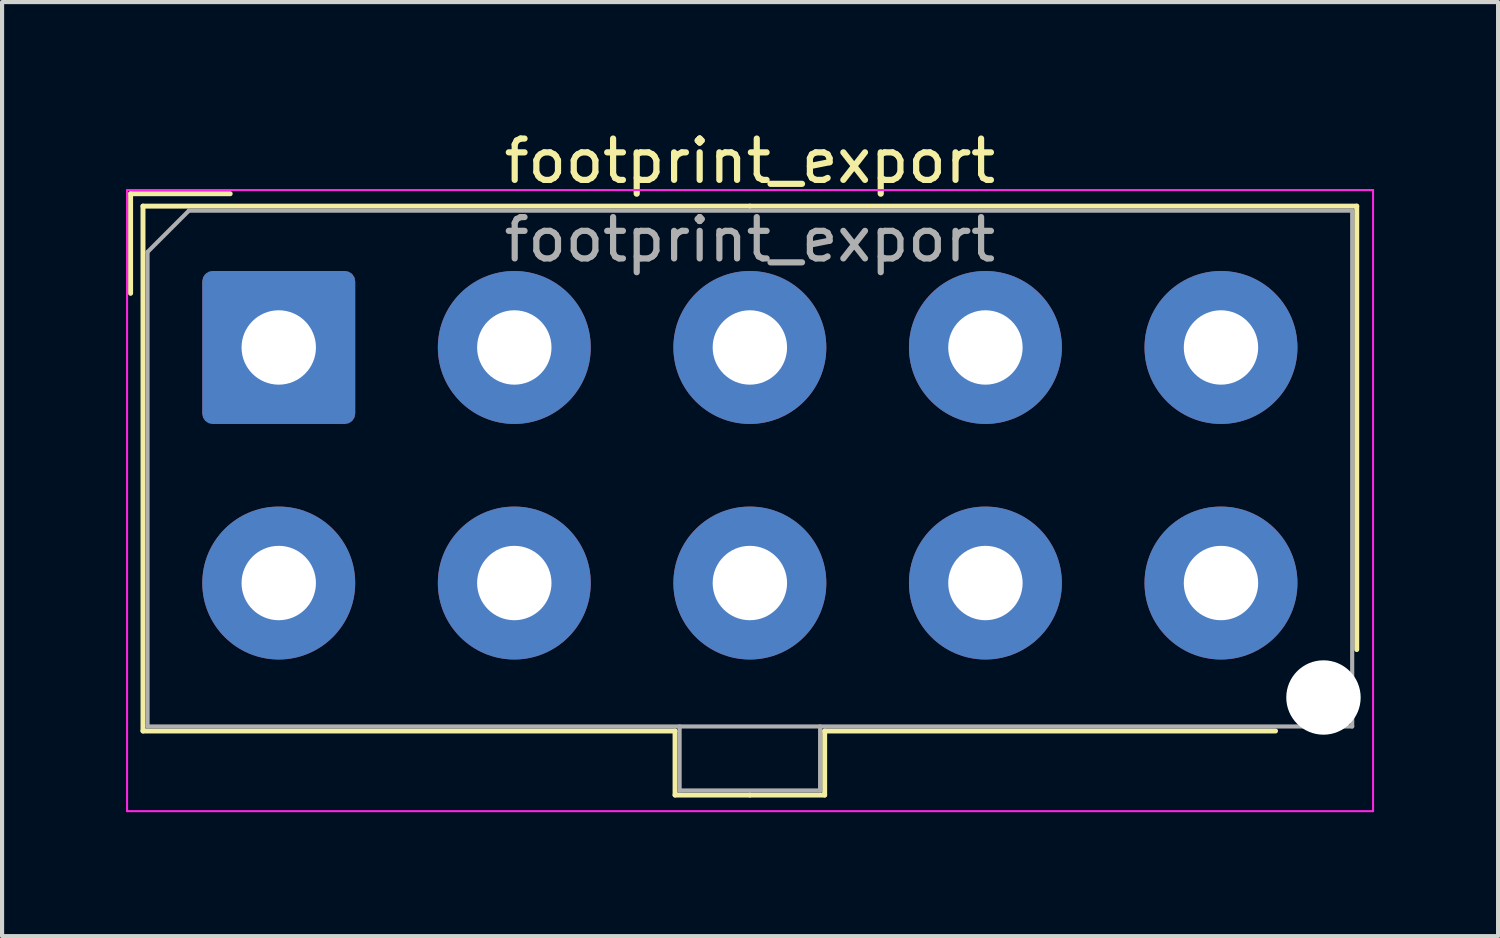
<source format=kicad_pcb>
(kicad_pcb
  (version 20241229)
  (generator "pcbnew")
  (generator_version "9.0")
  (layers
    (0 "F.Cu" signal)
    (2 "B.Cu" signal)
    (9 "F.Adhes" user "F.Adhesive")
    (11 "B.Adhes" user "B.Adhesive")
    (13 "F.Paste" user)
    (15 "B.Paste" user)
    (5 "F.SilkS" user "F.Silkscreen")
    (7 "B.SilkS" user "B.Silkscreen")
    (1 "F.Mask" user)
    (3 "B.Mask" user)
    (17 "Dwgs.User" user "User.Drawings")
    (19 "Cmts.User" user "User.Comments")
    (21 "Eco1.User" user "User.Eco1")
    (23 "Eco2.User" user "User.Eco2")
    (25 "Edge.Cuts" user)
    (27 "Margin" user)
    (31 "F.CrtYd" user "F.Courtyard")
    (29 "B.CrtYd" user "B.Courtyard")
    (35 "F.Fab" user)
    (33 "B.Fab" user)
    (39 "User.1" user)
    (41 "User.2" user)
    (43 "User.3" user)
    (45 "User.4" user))
  (footprint "footprint_export"
    (layer "F.Cu")
    (at 3.695 5.358)
    (property "Reference" "footprint_export" (at 11.4 -4.51 0) (layer "F.SilkS") (effects (font (size 1 1) (thickness 0.15))))
    (attr through_hole)
    (fp_line (start -3.585 -3.72) (end -1.175 -3.72) (stroke (width 0.12) (type solid)) (layer "F.SilkS"))
    (fp_line (start -3.585 -1.31) (end -3.585 -3.72) (stroke (width 0.12) (type solid)) (layer "F.SilkS"))
    (fp_line (start -3.285 -3.42) (end -3.285 9.28) (stroke (width 0.12) (type solid)) (layer "F.SilkS"))
    (fp_line (start -3.285 9.28) (end 9.59 9.28) (stroke (width 0.12) (type solid)) (layer "F.SilkS"))
    (fp_line (start 9.59 9.28) (end 9.59 10.83) (stroke (width 0.12) (type solid)) (layer "F.SilkS"))
    (fp_line (start 9.59 10.83) (end 11.4 10.83) (stroke (width 0.12) (type solid)) (layer "F.SilkS"))
    (fp_line (start 11.4 -3.42) (end -3.285 -3.42) (stroke (width 0.12) (type solid)) (layer "F.SilkS"))
    (fp_line (start 11.4 -3.42) (end 26.085 -3.42) (stroke (width 0.12) (type solid)) (layer "F.SilkS"))
    (fp_line (start 13.21 9.28) (end 13.21 10.83) (stroke (width 0.12) (type solid)) (layer "F.SilkS"))
    (fp_line (start 13.21 10.83) (end 11.4 10.83) (stroke (width 0.12) (type solid)) (layer "F.SilkS"))
    (fp_line (start 24.12 9.28) (end 13.21 9.28) (stroke (width 0.12) (type solid)) (layer "F.SilkS"))
    (fp_line (start 26.085 -3.42) (end 26.085 7.31) (stroke (width 0.12) (type solid)) (layer "F.SilkS"))
    (fp_line (start -3.67 -3.81) (end -3.67 11.22) (stroke (width 0.05) (type solid)) (layer "F.CrtYd"))
    (fp_line (start -3.67 11.22) (end 26.48 11.22) (stroke (width 0.05) (type solid)) (layer "F.CrtYd"))
    (fp_line (start 26.48 -3.81) (end -3.67 -3.81) (stroke (width 0.05) (type solid)) (layer "F.CrtYd"))
    (fp_line (start 26.48 11.22) (end 26.48 -3.81) (stroke (width 0.05) (type solid)) (layer "F.CrtYd"))
    (fp_line (start -3.175 -2.31) (end -3.175 9.17) (stroke (width 0.1) (type solid)) (layer "F.Fab"))
    (fp_line (start -3.175 9.17) (end 25.975 9.17) (stroke (width 0.1) (type solid)) (layer "F.Fab"))
    (fp_line (start -2.175 -3.31) (end -3.175 -2.31) (stroke (width 0.1) (type solid)) (layer "F.Fab"))
    (fp_line (start 9.7 9.17) (end 9.7 10.72) (stroke (width 0.1) (type solid)) (layer "F.Fab"))
    (fp_line (start 9.7 10.72) (end 13.1 10.72) (stroke (width 0.1) (type solid)) (layer "F.Fab"))
    (fp_line (start 13.1 10.72) (end 13.1 9.17) (stroke (width 0.1) (type solid)) (layer "F.Fab"))
    (fp_line (start 25.975 -3.31) (end -2.175 -3.31) (stroke (width 0.1) (type solid)) (layer "F.Fab"))
    (fp_line (start 25.975 9.17) (end 25.975 -3.31) (stroke (width 0.1) (type solid)) (layer "F.Fab"))
    (fp_text user "${REFERENCE}" (at 11.4 -2.61 0) (layer "F.Fab") (effects (font (size 1 1) (thickness 0.15))))
    (pad "" np_thru_hole circle (at 25.28 8.47) (size 1.8 1.8) (drill 1.8) (layers "*.Cu" "*.Mask"))
    (pad "1" thru_hole roundrect (at 0 0) (size 3.7 3.7) (drill 1.8) (layers "*.Cu" "*.Mask") (roundrect_rratio 0.068))
    (pad "2" thru_hole circle (at 5.7 0) (size 3.7 3.7) (drill 1.8) (layers "*.Cu" "*.Mask"))
    (pad "3" thru_hole circle (at 11.4 0) (size 3.7 3.7) (drill 1.8) (layers "*.Cu" "*.Mask"))
    (pad "4" thru_hole circle (at 17.1 0) (size 3.7 3.7) (drill 1.8) (layers "*.Cu" "*.Mask"))
    (pad "5" thru_hole circle (at 22.8 0) (size 3.7 3.7) (drill 1.8) (layers "*.Cu" "*.Mask"))
    (pad "6" thru_hole circle (at 0 5.7) (size 3.7 3.7) (drill 1.8) (layers "*.Cu" "*.Mask"))
    (pad "7" thru_hole circle (at 5.7 5.7) (size 3.7 3.7) (drill 1.8) (layers "*.Cu" "*.Mask"))
    (pad "8" thru_hole circle (at 11.4 5.7) (size 3.7 3.7) (drill 1.8) (layers "*.Cu" "*.Mask"))
    (pad "9" thru_hole circle (at 17.1 5.7) (size 3.7 3.7) (drill 1.8) (layers "*.Cu" "*.Mask"))
    (pad "10" thru_hole circle (at 22.8 5.7) (size 3.7 3.7) (drill 1.8) (layers "*.Cu" "*.Mask")))
  (gr_rect
    (start -3 -3)
    (end 33.2 19.603)
    (stroke (width 0.1) (type default))
    (fill no)
    (layer "Edge.Cuts")))
</source>
